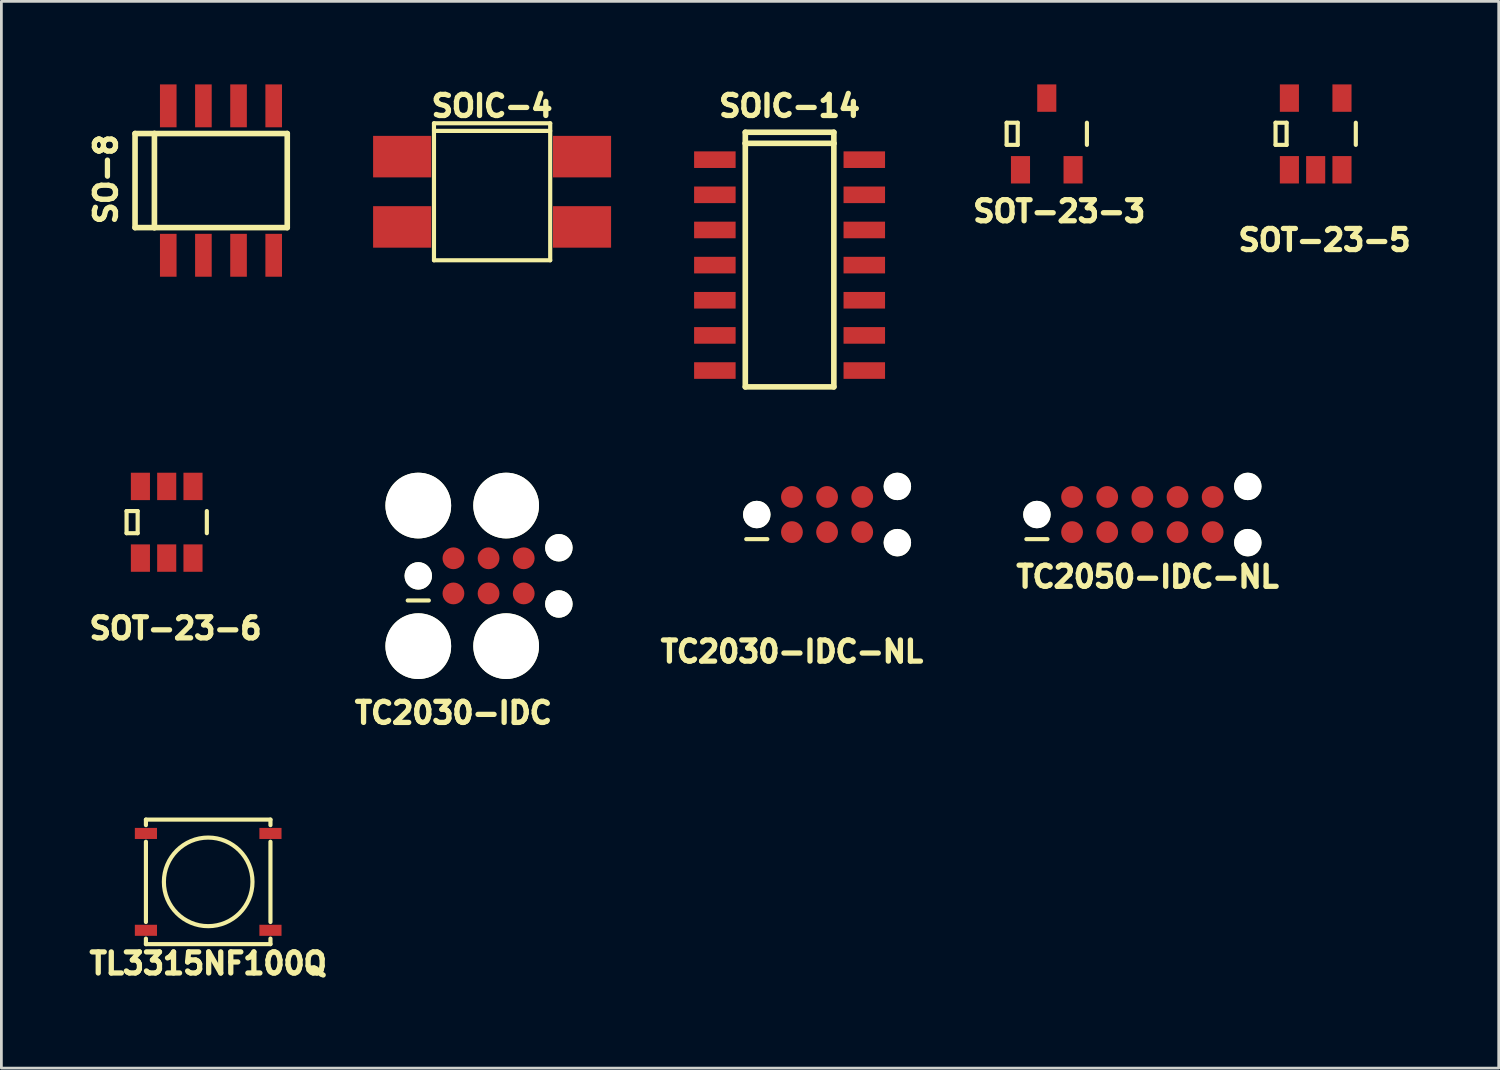
<source format=kicad_pcb>
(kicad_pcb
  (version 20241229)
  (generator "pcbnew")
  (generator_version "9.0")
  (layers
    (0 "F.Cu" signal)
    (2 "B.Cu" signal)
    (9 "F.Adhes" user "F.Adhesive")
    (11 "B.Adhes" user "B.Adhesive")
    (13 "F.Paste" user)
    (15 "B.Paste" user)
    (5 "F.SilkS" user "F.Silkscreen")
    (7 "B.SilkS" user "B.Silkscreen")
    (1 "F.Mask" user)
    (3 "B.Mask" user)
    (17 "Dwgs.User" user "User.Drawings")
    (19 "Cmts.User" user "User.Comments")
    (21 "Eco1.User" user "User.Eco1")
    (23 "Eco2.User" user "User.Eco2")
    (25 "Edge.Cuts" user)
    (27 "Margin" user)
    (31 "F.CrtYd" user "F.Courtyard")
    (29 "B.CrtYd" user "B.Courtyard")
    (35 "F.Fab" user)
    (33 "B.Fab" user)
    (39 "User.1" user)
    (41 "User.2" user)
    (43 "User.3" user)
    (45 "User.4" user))
  (footprint "SOIC-4"
    (layer "F.Cu")
    (at 14.732 3.88)
    (property "Reference" "SOIC-4" (at 0 -3.1 0) (layer "F.SilkS") (effects (font (size 0.762 0.762) (thickness 0.191))))
    (attr through_hole)
    (fp_line (start -2.1 -2.475) (end -2.1 2.475) (stroke (width 0.15) (type solid)) (layer "F.SilkS"))
    (fp_line (start -2.1 -2.2) (end 2.1 -2.2) (stroke (width 0.15) (type solid)) (layer "F.SilkS"))
    (fp_line (start -2.1 2.475) (end 2.1 2.475) (stroke (width 0.15) (type solid)) (layer "F.SilkS"))
    (fp_line (start 2.1 -2.475) (end -2.1 -2.475) (stroke (width 0.15) (type solid)) (layer "F.SilkS"))
    (fp_line (start 2.1 2.475) (end 2.1 -2.475) (stroke (width 0.15) (type solid)) (layer "F.SilkS"))
    (pad "1" smd rect (at -3.25 -1.27) (size 2.1 1.5) (layers "F.Cu" "F.Mask" "F.Paste"))
    (pad "2" smd rect (at -3.25 1.27) (size 2.1 1.5) (layers "F.Cu" "F.Mask" "F.Paste"))
    (pad "3" smd rect (at 3.25 1.27) (size 2.1 1.5) (layers "F.Cu" "F.Mask" "F.Paste"))
    (pad "4" smd rect (at 3.25 -1.27) (size 2.1 1.5) (layers "F.Cu" "F.Mask" "F.Paste")))
  (footprint "TC2050-IDC-NL"
    (layer "F.Cu")
    (at 34.42 15.543)
    (property "Reference" "TC2050-IDC-NL" (at 4 2.25 0) (layer "F.SilkS") (effects (font (size 0.762 0.762) (thickness 0.191))))
    (attr through_hole)
    (fp_line (start 0.381 0.889) (end -0.381 0.889) (stroke (width 0.15) (type solid)) (layer "F.SilkS"))
    (pad "" np_thru_hole circle (at 0 0) (size 0.991 0.991) (drill 0.991) (layers "*.Cu" "*.Mask" "F.SilkS"))
    (pad "" np_thru_hole circle (at 7.62 -1.016) (size 0.991 0.991) (drill 0.991) (layers "*.Cu" "*.Mask" "F.SilkS"))
    (pad "" np_thru_hole circle (at 7.62 1.016) (size 0.991 0.991) (drill 0.991) (layers "*.Cu" "*.Mask" "F.SilkS"))
    (pad "1" smd circle (at 1.27 0.635) (size 0.787 0.787) (layers "F.Cu" "F.Mask" "F.Paste"))
    (pad "2" smd circle (at 2.54 0.635) (size 0.787 0.787) (layers "F.Cu" "F.Mask" "F.Paste"))
    (pad "3" smd circle (at 3.81 0.635) (size 0.787 0.787) (layers "F.Cu" "F.Mask" "F.Paste"))
    (pad "4" smd circle (at 5.08 0.635) (size 0.787 0.787) (layers "F.Cu" "F.Mask" "F.Paste"))
    (pad "5" smd circle (at 6.35 0.635) (size 0.787 0.787) (layers "F.Cu" "F.Mask" "F.Paste"))
    (pad "6" smd circle (at 6.35 -0.635) (size 0.787 0.787) (layers "F.Cu" "F.Mask" "F.Paste"))
    (pad "7" smd circle (at 5.08 -0.635) (size 0.787 0.787) (layers "F.Cu" "F.Mask" "F.Paste"))
    (pad "8" smd circle (at 3.81 -0.635) (size 0.787 0.787) (layers "F.Cu" "F.Mask" "F.Paste"))
    (pad "9" smd circle (at 2.54 -0.635) (size 0.787 0.787) (layers "F.Cu" "F.Mask" "F.Paste"))
    (pad "10" smd circle (at 1.27 -0.635) (size 0.787 0.787) (layers "F.Cu" "F.Mask" "F.Paste")))
  (footprint "SOT-23-5"
    (layer "F.Cu")
    (at 43.543 3.085)
    (property "Reference" "SOT-23-5" (at 1.27 2.54 0) (layer "F.SilkS") (effects (font (size 0.762 0.762) (thickness 0.191))))
    (attr through_hole)
    (fp_line (start -0.5 -1.7) (end -0.1 -1.7) (stroke (width 0.15) (type solid)) (layer "F.SilkS"))
    (fp_line (start -0.5 -0.9) (end -0.5 -1.7) (stroke (width 0.15) (type solid)) (layer "F.SilkS"))
    (fp_line (start -0.1 -1.7) (end -0.1 -0.9) (stroke (width 0.15) (type solid)) (layer "F.SilkS"))
    (fp_line (start -0.1 -0.9) (end -0.5 -0.9) (stroke (width 0.15) (type solid)) (layer "F.SilkS"))
    (fp_line (start 2.4 -1.7) (end 2.4 -0.9) (stroke (width 0.15) (type solid)) (layer "F.SilkS"))
    (pad "1" smd rect (at 0 0) (size 0.69 0.99) (layers "F.Cu" "F.Mask" "F.Paste"))
    (pad "2" smd rect (at 0.95 0) (size 0.69 0.99) (layers "F.Cu" "F.Mask" "F.Paste"))
    (pad "3" smd rect (at 1.9 0) (size 0.69 0.99) (layers "F.Cu" "F.Mask" "F.Paste"))
    (pad "4" smd rect (at 1.9 -2.59) (size 0.69 0.99) (layers "F.Cu" "F.Mask" "F.Paste"))
    (pad "5" smd rect (at 0 -2.59) (size 0.69 0.99) (layers "F.Cu" "F.Mask" "F.Paste")))
  (footprint "SOIC-14"
    (layer "F.Cu")
    (at 25.482 6.53)
    (property "Reference" "SOIC-14" (at 0 -5.75 0) (layer "F.SilkS") (effects (font (size 0.762 0.762) (thickness 0.191))))
    (attr through_hole)
    (fp_line (start -1.6 -4.8) (end 1.6 -4.8) (stroke (width 0.203) (type solid)) (layer "F.SilkS"))
    (fp_line (start -1.6 -4.4) (end -1.6 -4.8) (stroke (width 0.203) (type solid)) (layer "F.SilkS"))
    (fp_line (start -1.6 -4.4) (end 1.6 -4.4) (stroke (width 0.203) (type solid)) (layer "F.SilkS"))
    (fp_line (start -1.6 4.4) (end -1.6 -4.4) (stroke (width 0.203) (type solid)) (layer "F.SilkS"))
    (fp_line (start 1.6 -4.8) (end 1.6 -4.4) (stroke (width 0.203) (type solid)) (layer "F.SilkS"))
    (fp_line (start 1.6 -4.4) (end 1.6 4.4) (stroke (width 0.203) (type solid)) (layer "F.SilkS"))
    (fp_line (start 1.6 4.4) (end -1.6 4.4) (stroke (width 0.203) (type solid)) (layer "F.SilkS"))
    (pad "1" smd rect (at -2.7 -3.81) (size 1.5 0.6) (layers "F.Cu" "F.Mask" "F.Paste"))
    (pad "2" smd rect (at -2.7 -2.54) (size 1.5 0.6) (layers "F.Cu" "F.Mask" "F.Paste"))
    (pad "3" smd rect (at -2.7 -1.27) (size 1.5 0.6) (layers "F.Cu" "F.Mask" "F.Paste"))
    (pad "4" smd rect (at -2.7 0) (size 1.5 0.6) (layers "F.Cu" "F.Mask" "F.Paste"))
    (pad "5" smd rect (at -2.7 1.27) (size 1.5 0.6) (layers "F.Cu" "F.Mask" "F.Paste"))
    (pad "6" smd rect (at -2.7 2.54) (size 1.5 0.6) (layers "F.Cu" "F.Mask" "F.Paste"))
    (pad "7" smd rect (at -2.7 3.81) (size 1.5 0.6) (layers "F.Cu" "F.Mask" "F.Paste"))
    (pad "8" smd rect (at 2.7 3.81) (size 1.5 0.6) (layers "F.Cu" "F.Mask" "F.Paste"))
    (pad "9" smd rect (at 2.7 2.54) (size 1.5 0.6) (layers "F.Cu" "F.Mask" "F.Paste"))
    (pad "10" smd rect (at 2.7 1.27) (size 1.5 0.6) (layers "F.Cu" "F.Mask" "F.Paste"))
    (pad "11" smd rect (at 2.7 0) (size 1.5 0.6) (layers "F.Cu" "F.Mask" "F.Paste"))
    (pad "12" smd rect (at 2.7 -1.27) (size 1.5 0.6) (layers "F.Cu" "F.Mask" "F.Paste"))
    (pad "13" smd rect (at 2.7 -2.54) (size 1.5 0.6) (layers "F.Cu" "F.Mask" "F.Paste"))
    (pad "14" smd rect (at 2.7 -3.81) (size 1.5 0.6) (layers "F.Cu" "F.Mask" "F.Paste")))
  (footprint "TC2030-IDC"
    (layer "F.Cu")
    (at 12.065 17.759)
    (property "Reference" "TC2030-IDC" (at 1.27 4.953 0) (layer "F.SilkS") (effects (font (size 0.762 0.762) (thickness 0.191))))
    (attr through_hole)
    (fp_line (start 0.381 0.889) (end -0.381 0.889) (stroke (width 0.15) (type solid)) (layer "F.SilkS"))
    (pad "" np_thru_hole circle (at 0 -2.54) (size 2.375 2.375) (drill 2.375) (layers "*.Cu" "*.Mask" "F.SilkS"))
    (pad "" np_thru_hole circle (at 0 0) (size 0.991 0.991) (drill 0.991) (layers "*.Cu" "*.Mask" "F.SilkS"))
    (pad "" np_thru_hole circle (at 0 2.54) (size 2.375 2.375) (drill 2.375) (layers "*.Cu" "*.Mask" "F.SilkS"))
    (pad "" np_thru_hole circle (at 3.175 -2.54) (size 2.375 2.375) (drill 2.375) (layers "*.Cu" "*.Mask" "F.SilkS"))
    (pad "" np_thru_hole circle (at 3.175 2.54) (size 2.375 2.375) (drill 2.375) (layers "*.Cu" "*.Mask" "F.SilkS"))
    (pad "" np_thru_hole circle (at 5.08 -1.016) (size 0.991 0.991) (drill 0.991) (layers "*.Cu" "*.Mask" "F.SilkS"))
    (pad "" np_thru_hole circle (at 5.08 1.016) (size 0.991 0.991) (drill 0.991) (layers "*.Cu" "*.Mask" "F.SilkS"))
    (pad "1" smd circle (at 1.27 0.635) (size 0.787 0.787) (layers "F.Cu" "F.Mask" "F.Paste"))
    (pad "2" smd circle (at 1.27 -0.635) (size 0.787 0.787) (layers "F.Cu" "F.Mask" "F.Paste"))
    (pad "3" smd circle (at 2.54 0.635) (size 0.787 0.787) (layers "F.Cu" "F.Mask" "F.Paste"))
    (pad "4" smd circle (at 2.54 -0.635) (size 0.787 0.787) (layers "F.Cu" "F.Mask" "F.Paste"))
    (pad "5" smd circle (at 3.81 0.635) (size 0.787 0.787) (layers "F.Cu" "F.Mask" "F.Paste"))
    (pad "6" smd circle (at 3.81 -0.635) (size 0.787 0.787) (layers "F.Cu" "F.Mask" "F.Paste")))
  (footprint "SOT-23-6"
    (layer "F.Cu")
    (at 2.974 15.837)
    (property "Reference" "SOT-23-6" (at 0.32 3.82 0) (layer "F.SilkS") (effects (font (size 0.762 0.762) (thickness 0.191))))
    (attr through_hole)
    (fp_line (start -1.45 -0.42) (end -1.05 -0.42) (stroke (width 0.15) (type solid)) (layer "F.SilkS"))
    (fp_line (start -1.45 0.38) (end -1.45 -0.42) (stroke (width 0.15) (type solid)) (layer "F.SilkS"))
    (fp_line (start -1.05 -0.42) (end -1.05 0.38) (stroke (width 0.15) (type solid)) (layer "F.SilkS"))
    (fp_line (start -1.05 0.38) (end -1.45 0.38) (stroke (width 0.15) (type solid)) (layer "F.SilkS"))
    (fp_line (start 1.45 -0.42) (end 1.45 0.38) (stroke (width 0.15) (type solid)) (layer "F.SilkS"))
    (pad "1" smd rect (at -0.95 1.28) (size 0.69 0.99) (layers "F.Cu" "F.Mask" "F.Paste"))
    (pad "2" smd rect (at 0 1.28) (size 0.69 0.99) (layers "F.Cu" "F.Mask" "F.Paste"))
    (pad "3" smd rect (at 0.95 1.28) (size 0.69 0.99) (layers "F.Cu" "F.Mask" "F.Paste"))
    (pad "4" smd rect (at 0.95 -1.31) (size 0.69 0.99) (layers "F.Cu" "F.Mask" "F.Paste"))
    (pad "5" smd rect (at 0 -1.31) (size 0.69 0.99) (layers "F.Cu" "F.Mask" "F.Paste"))
    (pad "6" smd rect (at -0.95 -1.31) (size 0.69 0.99) (layers "F.Cu" "F.Mask" "F.Paste")))
  (footprint "TL3315NF100Q"
    (layer "F.Cu")
    (at 4.473 28.817)
    (property "Reference" "TL3315NF100Q" (at 0 2.95 0) (layer "F.SilkS") (effects (font (size 0.762 0.762) (thickness 0.191))))
    (attr through_hole)
    (fp_line (start -2.25 -2.25) (end 2.25 -2.25) (stroke (width 0.15) (type solid)) (layer "F.SilkS"))
    (fp_line (start -2.25 -2.05) (end -2.25 -2.25) (stroke (width 0.15) (type solid)) (layer "F.SilkS"))
    (fp_line (start -2.25 1.45) (end -2.25 -1.45) (stroke (width 0.15) (type solid)) (layer "F.SilkS"))
    (fp_line (start -2.25 2.05) (end -2.25 2.25) (stroke (width 0.15) (type solid)) (layer "F.SilkS"))
    (fp_line (start -2.25 2.25) (end 2.25 2.25) (stroke (width 0.15) (type solid)) (layer "F.SilkS"))
    (fp_line (start 2.25 -2.25) (end 2.25 -2.05) (stroke (width 0.15) (type solid)) (layer "F.SilkS"))
    (fp_line (start 2.25 -1.45) (end 2.25 1.45) (stroke (width 0.15) (type solid)) (layer "F.SilkS"))
    (fp_line (start 2.25 2.25) (end 2.25 2.05) (stroke (width 0.15) (type solid)) (layer "F.SilkS"))
    (fp_circle (center 0 0) (end 1 -1.25) (stroke (width 0.15) (type solid)) (fill no) (layer "F.SilkS"))
    (pad "1" smd rect (at -2.25 -1.75) (size 0.8 0.4) (layers "F.Cu" "F.Mask" "F.Paste"))
    (pad "2" smd rect (at 2.25 -1.75) (size 0.8 0.4) (layers "F.Cu" "F.Mask" "F.Paste"))
    (pad "3" smd rect (at -2.25 1.75) (size 0.8 0.4) (layers "F.Cu" "F.Mask" "F.Paste"))
    (pad "4" smd rect (at 2.25 1.75) (size 0.8 0.4) (layers "F.Cu" "F.Mask" "F.Paste")))
  (footprint "SO-8"
    (layer "F.Cu")
    (at 3.03 6.175)
    (property "Reference" "SO-8" (at -2.25 -2.75 90) (layer "F.SilkS") (effects (font (size 0.762 0.762) (thickness 0.191))))
    (attr through_hole)
    (fp_line (start -1.2 -4.4) (end -1.2 -1) (stroke (width 0.203) (type solid)) (layer "F.SilkS"))
    (fp_line (start -1.2 -1) (end -0.5 -1) (stroke (width 0.203) (type solid)) (layer "F.SilkS"))
    (fp_line (start -0.5 -4.4) (end -1.2 -4.4) (stroke (width 0.203) (type solid)) (layer "F.SilkS"))
    (fp_line (start -0.5 -4.4) (end 4.3 -4.4) (stroke (width 0.203) (type solid)) (layer "F.SilkS"))
    (fp_line (start -0.5 -1) (end -0.5 -4.4) (stroke (width 0.203) (type solid)) (layer "F.SilkS"))
    (fp_line (start 4.3 -4.4) (end 4.3 -1) (stroke (width 0.203) (type solid)) (layer "F.SilkS"))
    (fp_line (start 4.3 -1) (end -0.5 -1) (stroke (width 0.203) (type solid)) (layer "F.SilkS"))
    (pad "1" smd rect (at 0 0) (size 0.6 1.55) (layers "F.Cu" "F.Mask" "F.Paste"))
    (pad "2" smd rect (at 1.27 0) (size 0.6 1.55) (layers "F.Cu" "F.Mask" "F.Paste"))
    (pad "3" smd rect (at 2.54 0) (size 0.6 1.55) (layers "F.Cu" "F.Mask" "F.Paste"))
    (pad "4" smd rect (at 3.81 0) (size 0.6 1.55) (layers "F.Cu" "F.Mask" "F.Paste"))
    (pad "5" smd rect (at 3.81 -5.4) (size 0.6 1.55) (layers "F.Cu" "F.Mask" "F.Paste"))
    (pad "6" smd rect (at 2.54 -5.4) (size 0.6 1.55) (layers "F.Cu" "F.Mask" "F.Paste"))
    (pad "7" smd rect (at 1.27 -5.4) (size 0.6 1.55) (layers "F.Cu" "F.Mask" "F.Paste"))
    (pad "8" smd rect (at 0 -5.4) (size 0.6 1.55) (layers "F.Cu" "F.Mask" "F.Paste")))
  (footprint "TC2030-IDC-NL"
    (layer "F.Cu")
    (at 24.297 15.543)
    (property "Reference" "TC2030-IDC-NL" (at 1.27 4.953 0) (layer "F.SilkS") (effects (font (size 0.762 0.762) (thickness 0.191))))
    (attr through_hole)
    (fp_line (start 0.381 0.889) (end -0.381 0.889) (stroke (width 0.15) (type solid)) (layer "F.SilkS"))
    (pad "" np_thru_hole circle (at 0 0) (size 0.991 0.991) (drill 0.991) (layers "*.Cu" "*.Mask" "F.SilkS"))
    (pad "" np_thru_hole circle (at 5.08 -1.016) (size 0.991 0.991) (drill 0.991) (layers "*.Cu" "*.Mask" "F.SilkS"))
    (pad "" np_thru_hole circle (at 5.08 1.016) (size 0.991 0.991) (drill 0.991) (layers "*.Cu" "*.Mask" "F.SilkS"))
    (pad "1" smd circle (at 1.27 0.635) (size 0.787 0.787) (layers "F.Cu" "F.Mask" "F.Paste"))
    (pad "2" smd circle (at 1.27 -0.635) (size 0.787 0.787) (layers "F.Cu" "F.Mask" "F.Paste"))
    (pad "3" smd circle (at 2.54 0.635) (size 0.787 0.787) (layers "F.Cu" "F.Mask" "F.Paste"))
    (pad "4" smd circle (at 2.54 -0.635) (size 0.787 0.787) (layers "F.Cu" "F.Mask" "F.Paste"))
    (pad "5" smd circle (at 3.81 0.635) (size 0.787 0.787) (layers "F.Cu" "F.Mask" "F.Paste"))
    (pad "6" smd circle (at 3.81 -0.635) (size 0.787 0.787) (layers "F.Cu" "F.Mask" "F.Paste")))
  (footprint "SOT-23-3"
    (layer "F.Cu")
    (at 34.776 1.805)
    (property "Reference" "SOT-23-3" (at 0.45 2.78 0) (layer "F.SilkS") (effects (font (size 0.762 0.762) (thickness 0.191))))
    (attr through_hole)
    (fp_line (start -1.45 -0.42) (end -1.05 -0.42) (stroke (width 0.15) (type solid)) (layer "F.SilkS"))
    (fp_line (start -1.45 0.38) (end -1.45 -0.42) (stroke (width 0.15) (type solid)) (layer "F.SilkS"))
    (fp_line (start -1.05 -0.42) (end -1.05 0.38) (stroke (width 0.15) (type solid)) (layer "F.SilkS"))
    (fp_line (start -1.05 0.38) (end -1.45 0.38) (stroke (width 0.15) (type solid)) (layer "F.SilkS"))
    (fp_line (start 1.45 -0.42) (end 1.45 0.38) (stroke (width 0.15) (type solid)) (layer "F.SilkS"))
    (pad "1" smd rect (at -0.95 1.28) (size 0.69 0.99) (layers "F.Cu" "F.Mask" "F.Paste"))
    (pad "2" smd rect (at 0.95 1.28) (size 0.69 0.99) (layers "F.Cu" "F.Mask" "F.Paste"))
    (pad "3" smd rect (at 0 -1.31) (size 0.69 0.99) (layers "F.Cu" "F.Mask" "F.Paste")))
  (gr_rect
    (start -3 -3)
    (end 51.107 35.547)
    (stroke (width 0.1) (type default))
    (fill no)
    (layer "Edge.Cuts")))
</source>
